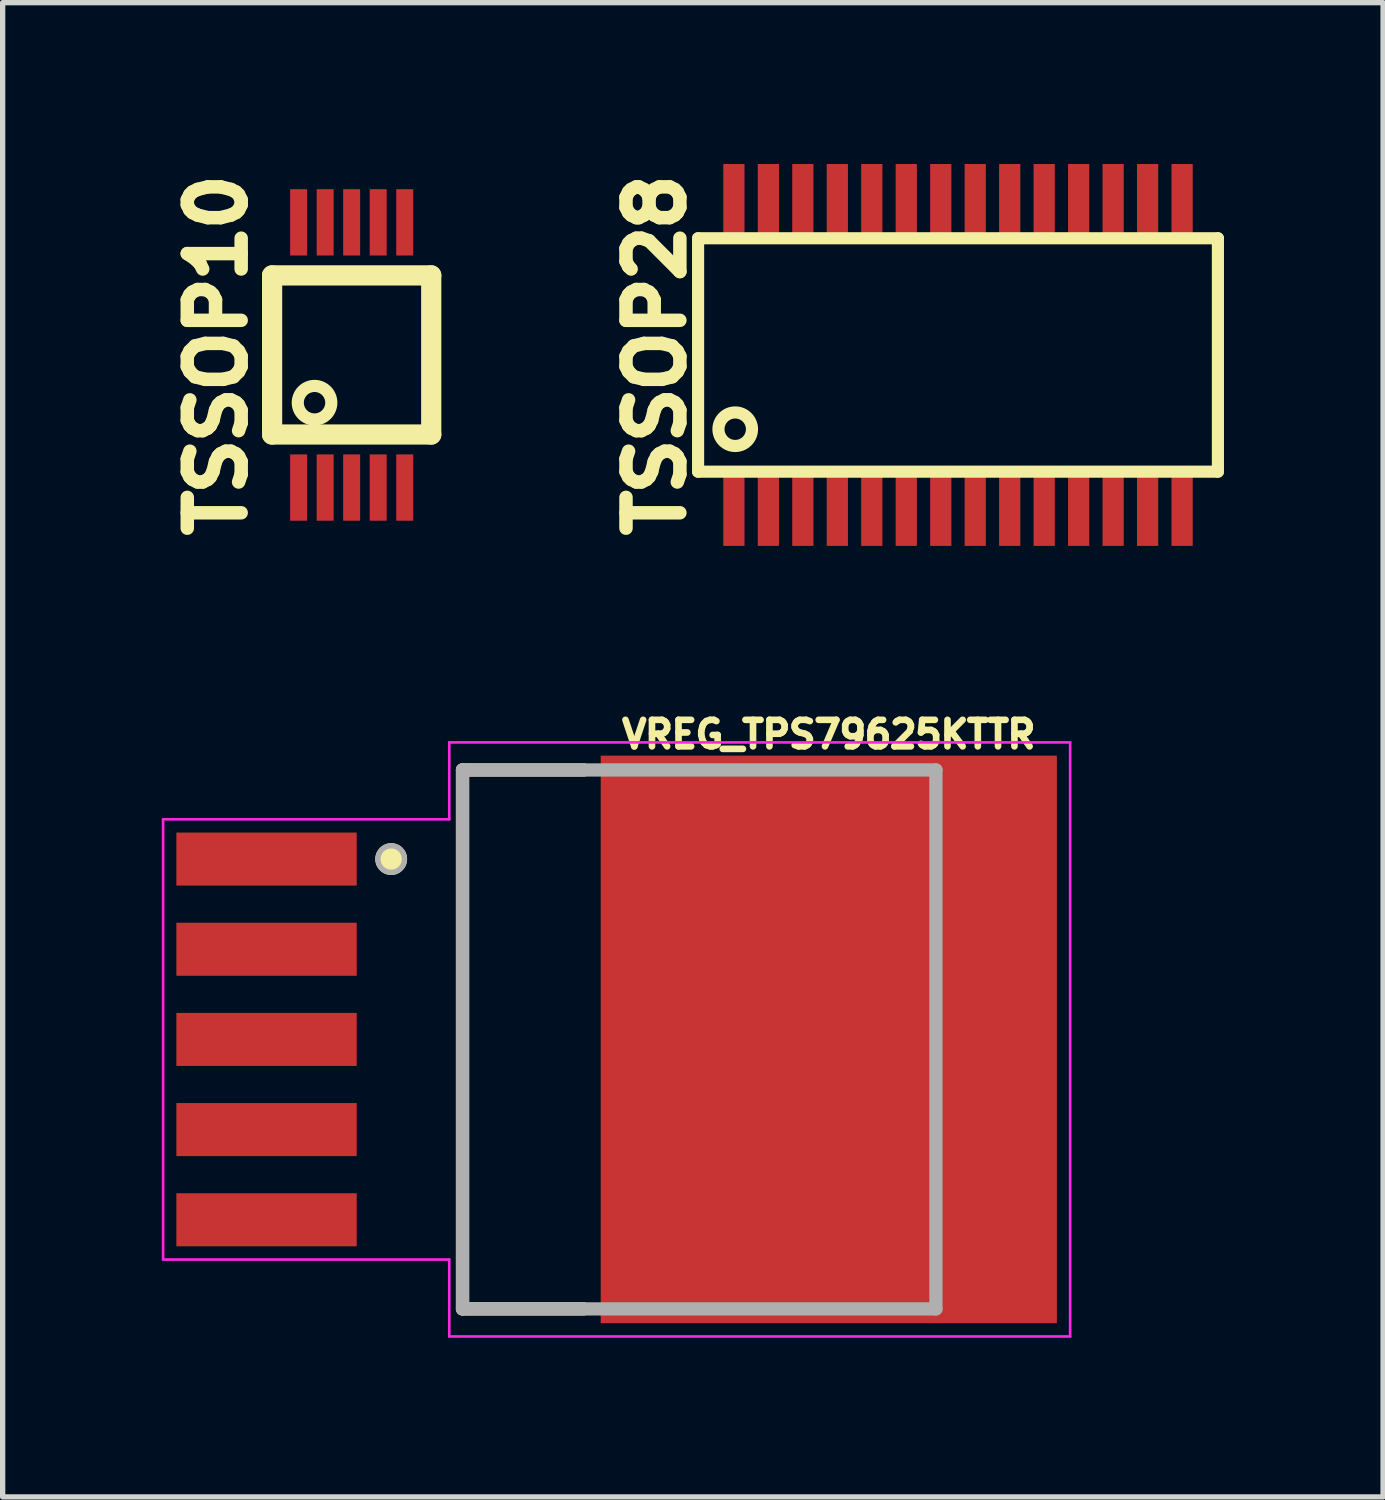
<source format=kicad_pcb>
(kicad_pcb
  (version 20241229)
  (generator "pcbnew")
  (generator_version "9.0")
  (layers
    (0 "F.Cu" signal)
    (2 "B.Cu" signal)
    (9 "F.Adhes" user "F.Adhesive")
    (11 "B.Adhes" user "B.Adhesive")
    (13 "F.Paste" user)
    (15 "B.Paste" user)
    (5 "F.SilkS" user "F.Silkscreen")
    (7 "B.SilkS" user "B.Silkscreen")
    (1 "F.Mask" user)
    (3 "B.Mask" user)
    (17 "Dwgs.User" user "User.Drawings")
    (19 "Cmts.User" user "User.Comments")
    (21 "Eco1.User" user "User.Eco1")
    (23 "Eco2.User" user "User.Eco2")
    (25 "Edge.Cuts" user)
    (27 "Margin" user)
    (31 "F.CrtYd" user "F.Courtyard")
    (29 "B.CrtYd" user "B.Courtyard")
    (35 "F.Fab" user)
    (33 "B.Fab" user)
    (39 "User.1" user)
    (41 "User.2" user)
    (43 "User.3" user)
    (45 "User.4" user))
  (footprint "TSSOP10"
    (layer "F.Cu")
    (at 3.58 3.642)
    (property "Reference" "TSSOP10" (at -2.54 0 90) (layer "F.SilkS") (effects (font (size 1.016 1.016) (thickness 0.254))))
    (attr through_hole)
    (fp_line (start -1.5 -1.5) (end -1.5 1.5) (stroke (width 0.381) (type solid)) (layer "F.SilkS"))
    (fp_line (start -1.5 1.5) (end 1.5 1.5) (stroke (width 0.381) (type solid)) (layer "F.SilkS"))
    (fp_line (start 1.5 -1.5) (end -1.5 -1.5) (stroke (width 0.381) (type solid)) (layer "F.SilkS"))
    (fp_line (start 1.5 1.5) (end 1.5 -1.5) (stroke (width 0.381) (type solid)) (layer "F.SilkS"))
    (fp_circle (center -0.7 0.9) (end -0.6 0.6) (stroke (width 0.229) (type solid)) (fill no) (layer "F.SilkS"))
    (pad "1" smd rect (at -1 2.5) (size 0.32 1.25) (layers "F.Cu" "F.Mask" "F.Paste"))
    (pad "2" smd rect (at -0.5 2.5) (size 0.32 1.25) (layers "F.Cu" "F.Mask" "F.Paste"))
    (pad "3" smd rect (at 0 2.5) (size 0.32 1.25) (layers "F.Cu" "F.Mask" "F.Paste"))
    (pad "4" smd rect (at 0.5 2.5) (size 0.32 1.25) (layers "F.Cu" "F.Mask" "F.Paste"))
    (pad "5" smd rect (at 1 2.5) (size 0.32 1.25) (layers "F.Cu" "F.Mask" "F.Paste"))
    (pad "6" smd rect (at 1 -2.5) (size 0.32 1.25) (layers "F.Cu" "F.Mask" "F.Paste"))
    (pad "7" smd rect (at 0.5 -2.5) (size 0.32 1.25) (layers "F.Cu" "F.Mask" "F.Paste"))
    (pad "8" smd rect (at 0 -2.5) (size 0.32 1.25) (layers "F.Cu" "F.Mask" "F.Paste"))
    (pad "9" smd rect (at -0.5 -2.5) (size 0.32 1.25) (layers "F.Cu" "F.Mask" "F.Paste"))
    (pad "10" smd rect (at -1 -2.5) (size 0.32 1.25) (layers "F.Cu" "F.Mask" "F.Paste")))
  (footprint "TSSOP28"
    (layer "F.Cu")
    (at 15.011 3.642)
    (property "Reference" "TSSOP28" (at -5.7 0 90) (layer "F.SilkS") (effects (font (size 1.016 1.016) (thickness 0.254))))
    (attr through_hole)
    (fp_line (start -4.9 -2.2) (end -4.9 2.2) (stroke (width 0.229) (type solid)) (layer "F.SilkS"))
    (fp_line (start -4.9 2.2) (end 4.9 2.2) (stroke (width 0.229) (type solid)) (layer "F.SilkS"))
    (fp_line (start 4.9 -2.2) (end -4.9 -2.2) (stroke (width 0.229) (type solid)) (layer "F.SilkS"))
    (fp_line (start 4.9 2.2) (end 4.9 -2.2) (stroke (width 0.229) (type solid)) (layer "F.SilkS"))
    (fp_circle (center -4.2 1.4) (end -4.1 1.1) (stroke (width 0.229) (type solid)) (fill no) (layer "F.SilkS"))
    (pad "1" smd rect (at -4.225 2.925) (size 0.4 1.35) (layers "F.Cu" "F.Mask" "F.Paste"))
    (pad "2" smd rect (at -3.575 2.925) (size 0.4 1.35) (layers "F.Cu" "F.Mask" "F.Paste"))
    (pad "3" smd rect (at -2.925 2.925) (size 0.4 1.35) (layers "F.Cu" "F.Mask" "F.Paste"))
    (pad "4" smd rect (at -2.275 2.925) (size 0.4 1.35) (layers "F.Cu" "F.Mask" "F.Paste"))
    (pad "5" smd rect (at -1.625 2.925) (size 0.4 1.35) (layers "F.Cu" "F.Mask" "F.Paste"))
    (pad "6" smd rect (at -0.975 2.925) (size 0.4 1.35) (layers "F.Cu" "F.Mask" "F.Paste"))
    (pad "7" smd rect (at -0.325 2.925) (size 0.4 1.35) (layers "F.Cu" "F.Mask" "F.Paste"))
    (pad "8" smd rect (at 0.325 2.925) (size 0.4 1.35) (layers "F.Cu" "F.Mask" "F.Paste"))
    (pad "9" smd rect (at 0.975 2.925) (size 0.4 1.35) (layers "F.Cu" "F.Mask" "F.Paste"))
    (pad "10" smd rect (at 1.625 2.925) (size 0.4 1.35) (layers "F.Cu" "F.Mask" "F.Paste"))
    (pad "11" smd rect (at 2.275 2.925) (size 0.4 1.35) (layers "F.Cu" "F.Mask" "F.Paste"))
    (pad "12" smd rect (at 2.925 2.925) (size 0.4 1.35) (layers "F.Cu" "F.Mask" "F.Paste"))
    (pad "13" smd rect (at 3.575 2.925) (size 0.4 1.35) (layers "F.Cu" "F.Mask" "F.Paste"))
    (pad "14" smd rect (at 4.225 2.925) (size 0.4 1.35) (layers "F.Cu" "F.Mask" "F.Paste"))
    (pad "15" smd rect (at 4.225 -2.925) (size 0.4 1.35) (layers "F.Cu" "F.Mask" "F.Paste"))
    (pad "16" smd rect (at 3.575 -2.925) (size 0.4 1.35) (layers "F.Cu" "F.Mask" "F.Paste"))
    (pad "17" smd rect (at 2.925 -2.925) (size 0.4 1.35) (layers "F.Cu" "F.Mask" "F.Paste"))
    (pad "18" smd rect (at 2.275 -2.925) (size 0.4 1.35) (layers "F.Cu" "F.Mask" "F.Paste"))
    (pad "19" smd rect (at 1.625 -2.925) (size 0.4 1.35) (layers "F.Cu" "F.Mask" "F.Paste"))
    (pad "20" smd rect (at 0.975 -2.925) (size 0.4 1.35) (layers "F.Cu" "F.Mask" "F.Paste"))
    (pad "21" smd rect (at 0.325 -2.925) (size 0.4 1.35) (layers "F.Cu" "F.Mask" "F.Paste"))
    (pad "22" smd rect (at -0.325 -2.925) (size 0.4 1.35) (layers "F.Cu" "F.Mask" "F.Paste"))
    (pad "23" smd rect (at -0.975 -2.925) (size 0.4 1.35) (layers "F.Cu" "F.Mask" "F.Paste"))
    (pad "24" smd rect (at -1.625 -2.925) (size 0.4 1.35) (layers "F.Cu" "F.Mask" "F.Paste"))
    (pad "25" smd rect (at -2.275 -2.925) (size 0.4 1.35) (layers "F.Cu" "F.Mask" "F.Paste"))
    (pad "26" smd rect (at -2.925 -2.925) (size 0.4 1.35) (layers "F.Cu" "F.Mask" "F.Paste"))
    (pad "27" smd rect (at -3.575 -2.925) (size 0.4 1.35) (layers "F.Cu" "F.Mask" "F.Paste"))
    (pad "28" smd rect (at -4.225 -2.925) (size 0.4 1.35) (layers "F.Cu" "F.Mask" "F.Paste")))
  (footprint "VREG_TPS79625KTTR"
    (layer "F.Cu")
    (at 12.575 16.546)
    (property "Reference" "VREG_TPS79625KTTR" (at 0 -5.75 0) (layer "F.SilkS") (effects (font (size 0.5 0.5) (thickness 0.125) (bold yes))))
    (attr smd)
    (fp_poly (pts (xy -12.37 -3.97) (xy -8.83 -3.97) (xy -8.83 -2.83) (xy -12.37 -2.83)) (stroke (width 0.01) (type solid)) (fill yes) (layer "F.Mask"))
    (fp_poly (pts (xy -12.37 -2.27) (xy -8.83 -2.27) (xy -8.83 -1.13) (xy -12.37 -1.13)) (stroke (width 0.01) (type solid)) (fill yes) (layer "F.Mask"))
    (fp_poly (pts (xy -12.37 -0.57) (xy -8.83 -0.57) (xy -8.83 0.57) (xy -12.37 0.57)) (stroke (width 0.01) (type solid)) (fill yes) (layer "F.Mask"))
    (fp_poly (pts (xy -12.37 1.13) (xy -8.83 1.13) (xy -8.83 2.27) (xy -12.37 2.27)) (stroke (width 0.01) (type solid)) (fill yes) (layer "F.Mask"))
    (fp_poly (pts (xy -12.37 2.83) (xy -8.83 2.83) (xy -8.83 3.97) (xy -12.37 3.97)) (stroke (width 0.01) (type solid)) (fill yes) (layer "F.Mask"))
    (fp_poly (pts (xy -4.37 -5.42) (xy 4.37 -5.42) (xy 4.37 5.42) (xy -4.37 5.42)) (stroke (width 0.01) (type solid)) (fill yes) (layer "F.Mask"))
    (fp_line (start -6.905 -5.08) (end -6.905 5.08) (stroke (width 0.25) (type solid)) (layer "F.SilkS"))
    (fp_line (start -6.905 5.08) (end -4.62 5.08) (stroke (width 0.25) (type solid)) (layer "F.SilkS"))
    (fp_line (start -4.62 -5.08) (end -6.905 -5.08) (stroke (width 0.25) (type solid)) (layer "F.SilkS"))
    (fp_circle (center -8.25 -3.4) (end -8 -3.4) (stroke (width 0.1) (type solid)) (fill yes) (layer "F.SilkS"))
    (fp_poly (pts (xy -12.25 -3.85) (xy -8.95 -3.85) (xy -8.95 -2.95) (xy -12.25 -2.95)) (stroke (width 0.01) (type solid)) (fill yes) (layer "F.Paste"))
    (fp_poly (pts (xy -12.25 -2.15) (xy -8.95 -2.15) (xy -8.95 -1.25) (xy -12.25 -1.25)) (stroke (width 0.01) (type solid)) (fill yes) (layer "F.Paste"))
    (fp_poly (pts (xy -12.25 -0.45) (xy -8.95 -0.45) (xy -8.95 0.45) (xy -12.25 0.45)) (stroke (width 0.01) (type solid)) (fill yes) (layer "F.Paste"))
    (fp_poly (pts (xy -12.25 1.25) (xy -8.95 1.25) (xy -8.95 2.15) (xy -12.25 2.15)) (stroke (width 0.01) (type solid)) (fill yes) (layer "F.Paste"))
    (fp_poly (pts (xy -12.25 2.95) (xy -8.95 2.95) (xy -8.95 3.85) (xy -12.25 3.85)) (stroke (width 0.01) (type solid)) (fill yes) (layer "F.Paste"))
    (fp_poly (pts (xy -4.25 -5.3) (xy 4.25 -5.3) (xy 4.25 5.3) (xy -4.25 5.3)) (stroke (width 0.01) (type solid)) (fill yes) (layer "F.Paste"))
    (fp_line (start -12.55 -4.15) (end -12.55 4.15) (stroke (width 0.05) (type solid)) (layer "F.CrtYd"))
    (fp_line (start -12.55 4.15) (end -7.155 4.15) (stroke (width 0.05) (type solid)) (layer "F.CrtYd"))
    (fp_line (start -7.155 -5.6) (end -7.155 -4.15) (stroke (width 0.05) (type solid)) (layer "F.CrtYd"))
    (fp_line (start -7.155 -4.15) (end -12.55 -4.15) (stroke (width 0.05) (type solid)) (layer "F.CrtYd"))
    (fp_line (start -7.155 4.15) (end -7.155 5.6) (stroke (width 0.05) (type solid)) (layer "F.CrtYd"))
    (fp_line (start -7.155 5.6) (end 4.55 5.6) (stroke (width 0.05) (type solid)) (layer "F.CrtYd"))
    (fp_line (start 4.55 -5.6) (end -7.155 -5.6) (stroke (width 0.05) (type solid)) (layer "F.CrtYd"))
    (fp_line (start 4.55 5.6) (end 4.55 -5.6) (stroke (width 0.05) (type solid)) (layer "F.CrtYd"))
    (fp_line (start -6.905 -5.08) (end -6.905 5.08) (stroke (width 0.25) (type solid)) (layer "F.Fab"))
    (fp_line (start -6.905 5.08) (end 2.02 5.08) (stroke (width 0.25) (type solid)) (layer "F.Fab"))
    (fp_line (start 2.02 -5.08) (end -6.905 -5.08) (stroke (width 0.25) (type solid)) (layer "F.Fab"))
    (fp_line (start 2.02 5.08) (end 2.02 -5.08) (stroke (width 0.25) (type solid)) (layer "F.Fab"))
    (fp_circle (center -8.25 -3.4) (end -8 -3.4) (stroke (width 0.1) (type solid)) (fill no) (layer "F.Fab"))
    (pad "1" smd rect (at -10.6 -3.4) (size 3.4 1) (layers "F.Cu"))
    (pad "2" smd rect (at -10.6 -1.7) (size 3.4 1) (layers "F.Cu"))
    (pad "3" smd rect (at -10.6 0) (size 3.4 1) (layers "F.Cu"))
    (pad "4" smd rect (at -10.6 1.7) (size 3.4 1) (layers "F.Cu"))
    (pad "5" smd rect (at -10.6 3.4) (size 3.4 1) (layers "F.Cu"))
    (pad "6" smd rect (at 0 0) (size 8.6 10.7) (layers "F.Cu")))
  (gr_rect
    (start -3 -3)
    (end 23.025 25.171)
    (stroke (width 0.1) (type default))
    (fill no)
    (layer "Edge.Cuts")))
</source>
